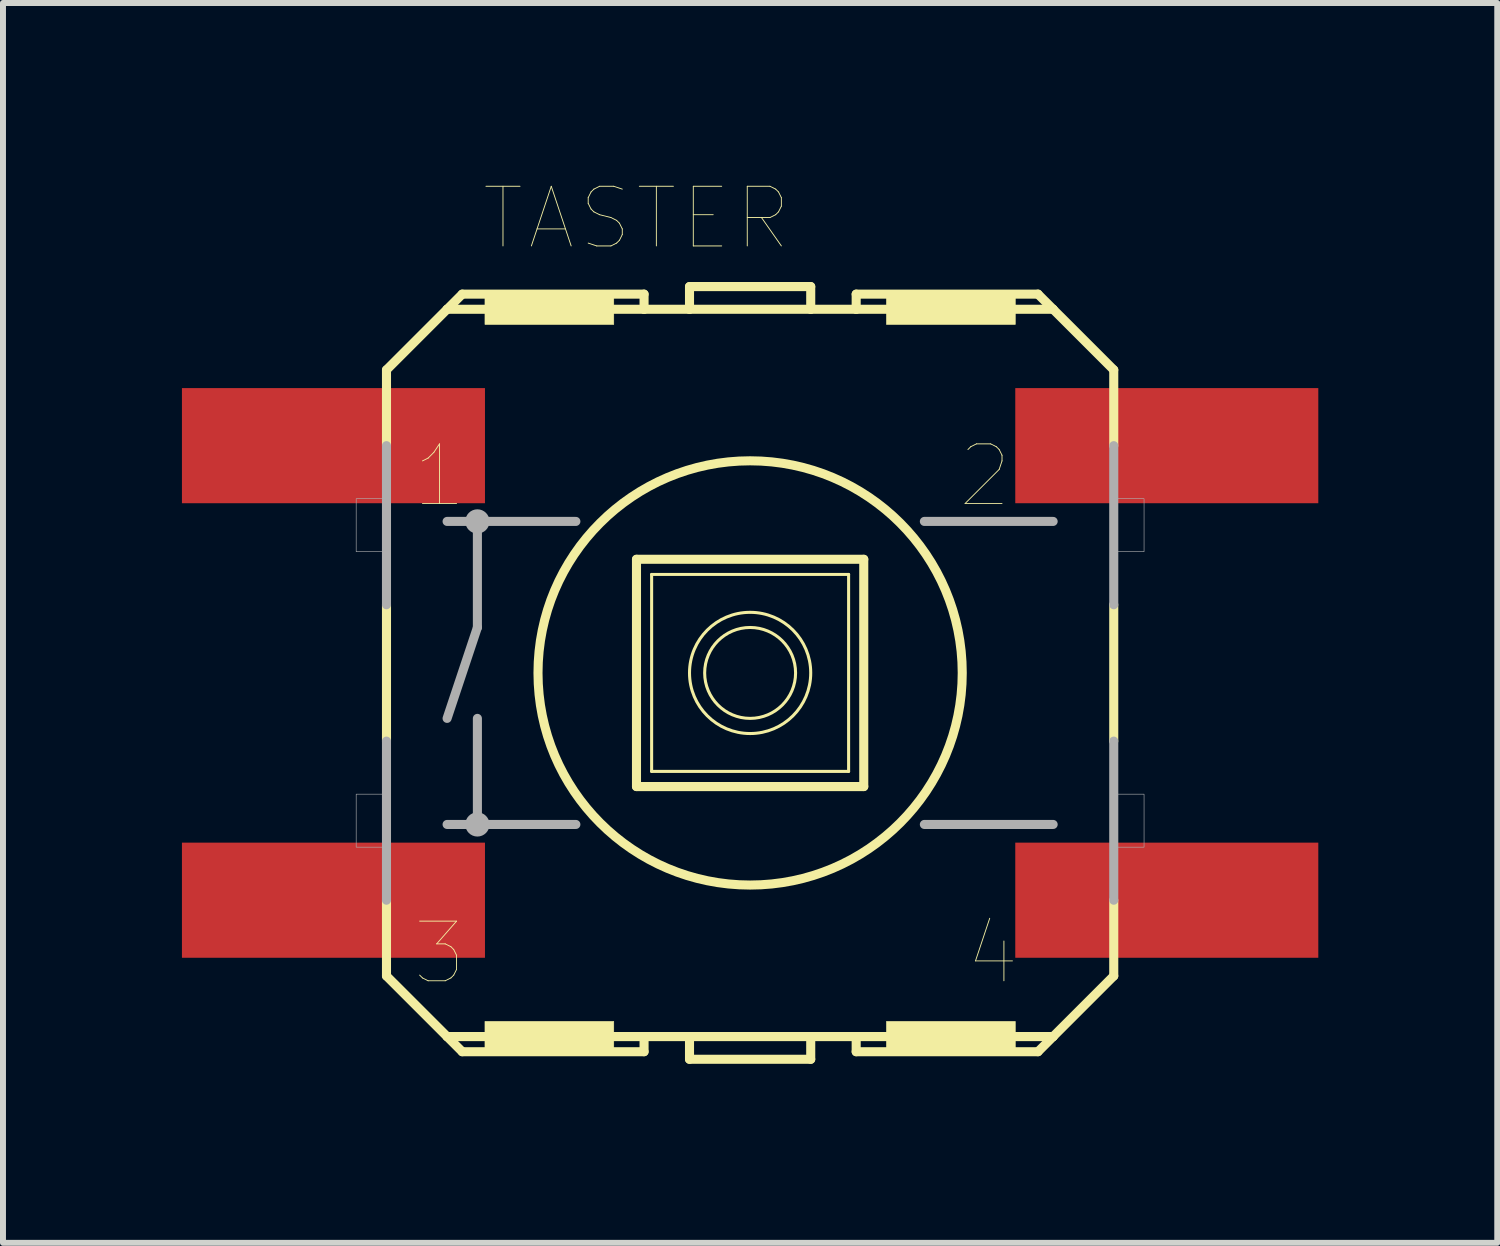
<source format=kicad_pcb>
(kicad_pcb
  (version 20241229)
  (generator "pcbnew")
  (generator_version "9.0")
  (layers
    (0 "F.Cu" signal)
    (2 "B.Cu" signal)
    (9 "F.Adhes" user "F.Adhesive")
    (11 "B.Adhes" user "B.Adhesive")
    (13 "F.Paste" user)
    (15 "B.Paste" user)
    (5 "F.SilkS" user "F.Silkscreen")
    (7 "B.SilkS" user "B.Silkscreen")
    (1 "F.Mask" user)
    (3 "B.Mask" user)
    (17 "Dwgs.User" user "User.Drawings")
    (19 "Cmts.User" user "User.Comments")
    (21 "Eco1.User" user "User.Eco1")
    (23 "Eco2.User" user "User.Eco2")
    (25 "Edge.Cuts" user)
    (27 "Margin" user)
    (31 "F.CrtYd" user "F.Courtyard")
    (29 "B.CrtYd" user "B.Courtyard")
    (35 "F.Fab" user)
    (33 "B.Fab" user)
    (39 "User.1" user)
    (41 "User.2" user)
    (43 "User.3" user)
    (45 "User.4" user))
  (footprint "TASTER"
    (layer "F.Cu")
    (at 9.525 8.231)
    (property "Reference" "TASTER" (at -1.905 -7.62 0) (layer "F.SilkS") (effects (font (size 1 1) (thickness 0.015))))
    (attr through_hole)
    (fp_line (start -6.096 -5.08) (end -6.096 -3.81) (stroke (width 0.152) (type solid)) (layer "F.SilkS"))
    (fp_line (start -6.096 -1.143) (end -6.096 1.143) (stroke (width 0.152) (type solid)) (layer "F.SilkS"))
    (fp_line (start -6.096 3.81) (end -6.096 5.08) (stroke (width 0.152) (type solid)) (layer "F.SilkS"))
    (fp_line (start -6.096 5.08) (end -5.08 6.096) (stroke (width 0.152) (type solid)) (layer "F.SilkS"))
    (fp_line (start -5.08 -6.096) (end -6.096 -5.08) (stroke (width 0.152) (type solid)) (layer "F.SilkS"))
    (fp_line (start -5.08 -6.096) (end -4.826 -6.35) (stroke (width 0.152) (type solid)) (layer "F.SilkS"))
    (fp_line (start -5.08 -6.096) (end -1.778 -6.096) (stroke (width 0.152) (type solid)) (layer "F.SilkS"))
    (fp_line (start -5.08 6.096) (end -1.778 6.096) (stroke (width 0.152) (type solid)) (layer "F.SilkS"))
    (fp_line (start -4.826 6.35) (end -5.08 6.096) (stroke (width 0.152) (type solid)) (layer "F.SilkS"))
    (fp_line (start -1.905 -1.905) (end -1.905 1.905) (stroke (width 0.152) (type solid)) (layer "F.SilkS"))
    (fp_line (start -1.905 -1.905) (end 1.905 -1.905) (stroke (width 0.152) (type solid)) (layer "F.SilkS"))
    (fp_line (start -1.778 -6.35) (end -4.826 -6.35) (stroke (width 0.152) (type solid)) (layer "F.SilkS"))
    (fp_line (start -1.778 -6.35) (end -1.778 -6.096) (stroke (width 0.152) (type solid)) (layer "F.SilkS"))
    (fp_line (start -1.778 -6.096) (end -1.016 -6.096) (stroke (width 0.152) (type solid)) (layer "F.SilkS"))
    (fp_line (start -1.778 6.096) (end -1.778 6.35) (stroke (width 0.152) (type solid)) (layer "F.SilkS"))
    (fp_line (start -1.778 6.096) (end -1.016 6.096) (stroke (width 0.152) (type solid)) (layer "F.SilkS"))
    (fp_line (start -1.778 6.35) (end -4.826 6.35) (stroke (width 0.152) (type solid)) (layer "F.SilkS"))
    (fp_line (start -1.651 -1.651) (end -1.651 1.651) (stroke (width 0.051) (type solid)) (layer "F.SilkS"))
    (fp_line (start -1.651 -1.651) (end 1.651 -1.651) (stroke (width 0.051) (type solid)) (layer "F.SilkS"))
    (fp_line (start -1.016 -6.477) (end 1.016 -6.477) (stroke (width 0.152) (type solid)) (layer "F.SilkS"))
    (fp_line (start -1.016 -6.096) (end -1.016 -6.477) (stroke (width 0.152) (type solid)) (layer "F.SilkS"))
    (fp_line (start -1.016 -6.096) (end 1.016 -6.096) (stroke (width 0.152) (type solid)) (layer "F.SilkS"))
    (fp_line (start -1.016 6.096) (end 1.016 6.096) (stroke (width 0.152) (type solid)) (layer "F.SilkS"))
    (fp_line (start -1.016 6.477) (end -1.016 6.096) (stroke (width 0.152) (type solid)) (layer "F.SilkS"))
    (fp_line (start -1.016 6.477) (end 1.016 6.477) (stroke (width 0.152) (type solid)) (layer "F.SilkS"))
    (fp_line (start 1.016 -6.477) (end 1.016 -6.096) (stroke (width 0.152) (type solid)) (layer "F.SilkS"))
    (fp_line (start 1.016 6.096) (end 1.016 6.477) (stroke (width 0.152) (type solid)) (layer "F.SilkS"))
    (fp_line (start 1.016 6.096) (end 1.778 6.096) (stroke (width 0.152) (type solid)) (layer "F.SilkS"))
    (fp_line (start 1.651 1.651) (end -1.651 1.651) (stroke (width 0.051) (type solid)) (layer "F.SilkS"))
    (fp_line (start 1.651 1.651) (end 1.651 -1.651) (stroke (width 0.051) (type solid)) (layer "F.SilkS"))
    (fp_line (start 1.778 -6.35) (end 1.778 -6.096) (stroke (width 0.152) (type solid)) (layer "F.SilkS"))
    (fp_line (start 1.778 -6.096) (end 1.016 -6.096) (stroke (width 0.152) (type solid)) (layer "F.SilkS"))
    (fp_line (start 1.778 6.096) (end 1.778 6.35) (stroke (width 0.152) (type solid)) (layer "F.SilkS"))
    (fp_line (start 1.778 6.096) (end 5.08 6.096) (stroke (width 0.152) (type solid)) (layer "F.SilkS"))
    (fp_line (start 1.905 1.905) (end -1.905 1.905) (stroke (width 0.152) (type solid)) (layer "F.SilkS"))
    (fp_line (start 1.905 1.905) (end 1.905 -1.905) (stroke (width 0.152) (type solid)) (layer "F.SilkS"))
    (fp_line (start 4.826 -6.35) (end 1.778 -6.35) (stroke (width 0.152) (type solid)) (layer "F.SilkS"))
    (fp_line (start 4.826 6.35) (end 1.778 6.35) (stroke (width 0.152) (type solid)) (layer "F.SilkS"))
    (fp_line (start 5.08 -6.096) (end 1.778 -6.096) (stroke (width 0.152) (type solid)) (layer "F.SilkS"))
    (fp_line (start 5.08 -6.096) (end 4.826 -6.35) (stroke (width 0.152) (type solid)) (layer "F.SilkS"))
    (fp_line (start 5.08 6.096) (end 4.826 6.35) (stroke (width 0.152) (type solid)) (layer "F.SilkS"))
    (fp_line (start 5.08 6.096) (end 6.096 5.08) (stroke (width 0.152) (type solid)) (layer "F.SilkS"))
    (fp_line (start 6.096 -5.08) (end 5.08 -6.096) (stroke (width 0.152) (type solid)) (layer "F.SilkS"))
    (fp_line (start 6.096 -5.08) (end 6.096 -3.81) (stroke (width 0.152) (type solid)) (layer "F.SilkS"))
    (fp_line (start 6.096 -1.143) (end 6.096 1.143) (stroke (width 0.152) (type solid)) (layer "F.SilkS"))
    (fp_line (start 6.096 5.08) (end 6.096 3.81) (stroke (width 0.152) (type solid)) (layer "F.SilkS"))
    (fp_circle (center 0 0) (end 0.762 0) (stroke (width 0.051) (type solid)) (fill no) (layer "F.SilkS"))
    (fp_circle (center 0 0) (end 1.016 0) (stroke (width 0.051) (type solid)) (fill no) (layer "F.SilkS"))
    (fp_circle (center 0 0) (end 3.556 0) (stroke (width 0.152) (type solid)) (fill no) (layer "F.SilkS"))
    (fp_poly (pts (xy -4.445 -6.35) (xy -2.286 -6.35) (xy -2.286 -5.842) (xy -4.445 -5.842)) (stroke (width 0.01) (type solid)) (fill yes) (layer "F.SilkS"))
    (fp_poly (pts (xy -4.445 5.842) (xy -2.286 5.842) (xy -2.286 6.35) (xy -4.445 6.35)) (stroke (width 0.01) (type solid)) (fill yes) (layer "F.SilkS"))
    (fp_poly (pts (xy 2.286 -6.35) (xy 4.445 -6.35) (xy 4.445 -5.842) (xy 2.286 -5.842)) (stroke (width 0.01) (type solid)) (fill yes) (layer "F.SilkS"))
    (fp_poly (pts (xy 2.286 5.842) (xy 4.445 5.842) (xy 4.445 6.35) (xy 2.286 6.35)) (stroke (width 0.01) (type solid)) (fill yes) (layer "F.SilkS"))
    (fp_line (start -6.096 -1.143) (end -6.096 -3.81) (stroke (width 0.152) (type solid)) (layer "F.Fab"))
    (fp_line (start -6.096 3.81) (end -6.096 1.143) (stroke (width 0.152) (type solid)) (layer "F.Fab"))
    (fp_line (start -5.08 -2.54) (end -4.572 -2.54) (stroke (width 0.152) (type solid)) (layer "F.Fab"))
    (fp_line (start -5.08 2.54) (end -4.572 2.54) (stroke (width 0.152) (type solid)) (layer "F.Fab"))
    (fp_line (start -4.572 -2.54) (end -4.572 -0.762) (stroke (width 0.152) (type solid)) (layer "F.Fab"))
    (fp_line (start -4.572 -2.54) (end -2.921 -2.54) (stroke (width 0.152) (type solid)) (layer "F.Fab"))
    (fp_line (start -4.572 -0.762) (end -5.08 0.762) (stroke (width 0.152) (type solid)) (layer "F.Fab"))
    (fp_line (start -4.572 0.762) (end -4.572 2.54) (stroke (width 0.152) (type solid)) (layer "F.Fab"))
    (fp_line (start -4.572 2.54) (end -2.921 2.54) (stroke (width 0.152) (type solid)) (layer "F.Fab"))
    (fp_line (start 2.921 -2.54) (end 5.08 -2.54) (stroke (width 0.152) (type solid)) (layer "F.Fab"))
    (fp_line (start 2.921 2.54) (end 5.08 2.54) (stroke (width 0.152) (type solid)) (layer "F.Fab"))
    (fp_line (start 6.096 -1.143) (end 6.096 -3.81) (stroke (width 0.152) (type solid)) (layer "F.Fab"))
    (fp_line (start 6.096 3.81) (end 6.096 1.143) (stroke (width 0.152) (type solid)) (layer "F.Fab"))
    (fp_circle (center -4.572 -2.54) (end -4.445 -2.54) (stroke (width 0.152) (type solid)) (fill no) (layer "F.Fab"))
    (fp_circle (center -4.572 2.54) (end -4.445 2.54) (stroke (width 0.152) (type solid)) (fill no) (layer "F.Fab"))
    (fp_poly (pts (xy -6.604 -2.921) (xy -6.096 -2.921) (xy -6.096 -2.032) (xy -6.604 -2.032)) (stroke (width 0.01) (type solid)) (fill no) (layer "F.Fab"))
    (fp_poly (pts (xy -6.604 2.032) (xy -6.096 2.032) (xy -6.096 2.921) (xy -6.604 2.921)) (stroke (width 0.01) (type solid)) (fill no) (layer "F.Fab"))
    (fp_poly (pts (xy 6.096 -2.921) (xy 6.604 -2.921) (xy 6.604 -2.032) (xy 6.096 -2.032)) (stroke (width 0.01) (type solid)) (fill no) (layer "F.Fab"))
    (fp_poly (pts (xy 6.096 2.032) (xy 6.604 2.032) (xy 6.604 2.921) (xy 6.096 2.921)) (stroke (width 0.01) (type solid)) (fill no) (layer "F.Fab"))
    (fp_text user "3" (at -5.207 4.699 0) (layer "F.SilkS") (effects (font (size 1 1) (thickness 0.015))))
    (fp_text user "1" (at -5.207 -3.302 0) (layer "F.SilkS") (effects (font (size 1 1) (thickness 0.015))))
    (fp_text user "4" (at 4.064 4.699 0) (layer "F.SilkS") (effects (font (size 1 1) (thickness 0.015))))
    (fp_text user "2" (at 3.937 -3.302 0) (layer "F.SilkS") (effects (font (size 1 1) (thickness 0.015))))
    (pad "1" smd rect (at -6.985 -3.81) (size 5.08 1.93) (layers "F.Cu" "F.Mask" "F.Paste"))
    (pad "2" smd rect (at 6.985 -3.81) (size 5.08 1.93) (layers "F.Cu" "F.Mask" "F.Paste"))
    (pad "3" smd rect (at -6.985 3.81) (size 5.08 1.93) (layers "F.Cu" "F.Mask" "F.Paste"))
    (pad "4" smd rect (at 6.985 3.81) (size 5.08 1.93) (layers "F.Cu" "F.Mask" "F.Paste")))
  (gr_rect
    (start -3 -3)
    (end 22.05 17.785)
    (stroke (width 0.1) (type default))
    (fill no)
    (layer "Edge.Cuts")))
</source>
